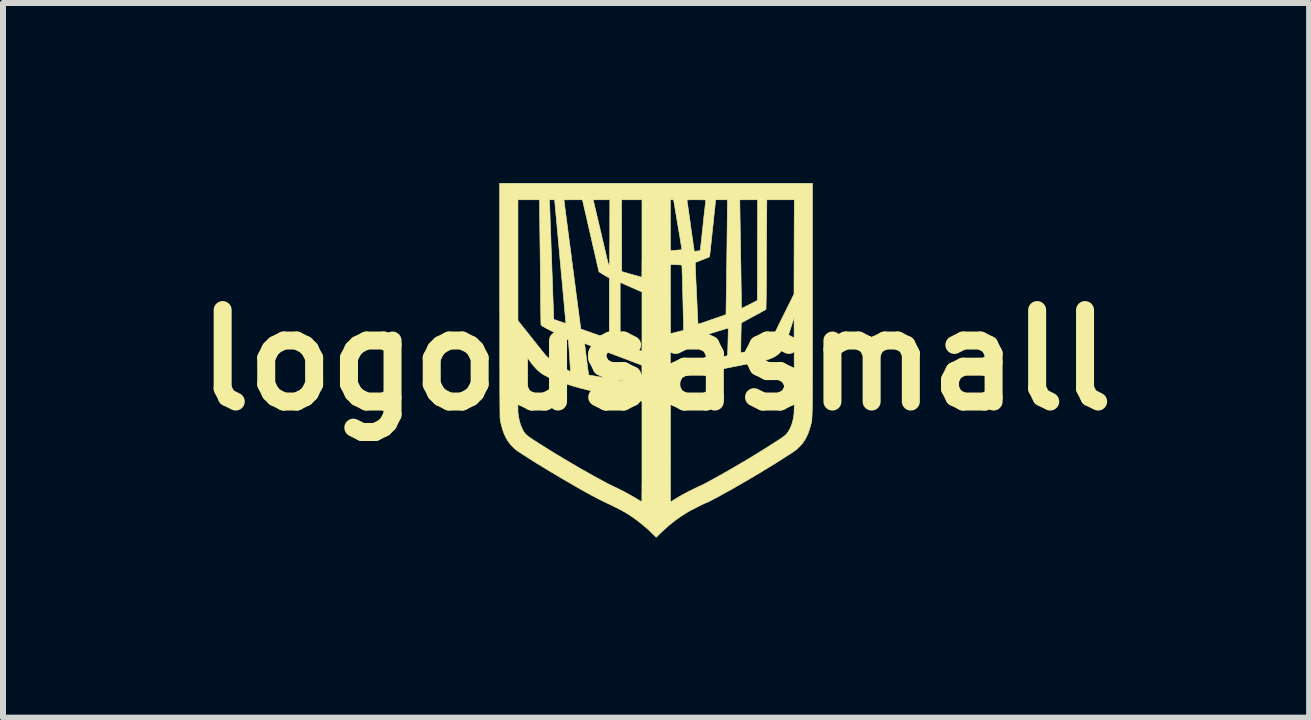
<source format=kicad_pcb>
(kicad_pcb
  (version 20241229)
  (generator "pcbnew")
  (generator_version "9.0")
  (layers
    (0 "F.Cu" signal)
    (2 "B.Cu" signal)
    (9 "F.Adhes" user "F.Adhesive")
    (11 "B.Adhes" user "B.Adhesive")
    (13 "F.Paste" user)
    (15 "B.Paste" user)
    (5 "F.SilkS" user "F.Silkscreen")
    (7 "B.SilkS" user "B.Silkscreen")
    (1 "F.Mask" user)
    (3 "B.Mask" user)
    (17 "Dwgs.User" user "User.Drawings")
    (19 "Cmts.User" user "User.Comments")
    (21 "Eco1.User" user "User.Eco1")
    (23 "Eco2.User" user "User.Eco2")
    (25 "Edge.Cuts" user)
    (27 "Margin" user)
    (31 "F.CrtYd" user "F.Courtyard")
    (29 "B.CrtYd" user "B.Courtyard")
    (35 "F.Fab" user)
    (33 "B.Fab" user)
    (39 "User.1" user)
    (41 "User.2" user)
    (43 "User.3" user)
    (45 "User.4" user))
  (footprint "logousasmall"
    (layer "F.Cu")
    (at 7.881 2.951)
    (property "Reference" "logousasmall" (at 0 0 0) (layer "F.SilkS") (effects (font (size 1.524 1.524) (thickness 0.3))))
    (attr through_hole)
    (fp_poly (pts (xy 2.606 -1.016) (xy 2.606 -0.847) (xy 2.606 -0.688) (xy 2.606 -0.539) (xy 2.606 -0.399) (xy 2.606 -0.268) (xy 2.606 -0.145) (xy 2.606 -0.031) (xy 2.606 0.076) (xy 2.606 0.175) (xy 2.606 0.266) (xy 2.606 0.35) (xy 2.605 0.428) (xy 2.605 0.499) (xy 2.605 0.564) (xy 2.605 0.623) (xy 2.604 0.677) (xy 2.604 0.726) (xy 2.603 0.77) (xy 2.603 0.809) (xy 2.602 0.844) (xy 2.601 0.875) (xy 2.6 0.902) (xy 2.599 0.926) (xy 2.598 0.947) (xy 2.597 0.966) (xy 2.596 0.982) (xy 2.595 0.996) (xy 2.593 1.008) (xy 2.592 1.019) (xy 2.59 1.029) (xy 2.588 1.038) (xy 2.586 1.046) (xy 2.584 1.054) (xy 2.582 1.063) (xy 2.58 1.071) (xy 2.577 1.081) (xy 2.576 1.087) (xy 2.553 1.165) (xy 2.527 1.235) (xy 2.497 1.298) (xy 2.464 1.352) (xy 2.441 1.384) (xy 2.413 1.416) (xy 2.383 1.448) (xy 2.353 1.477) (xy 2.325 1.5) (xy 2.315 1.507) (xy 2.298 1.518) (xy 2.285 1.528) (xy 2.277 1.533) (xy 2.276 1.534) (xy 2.271 1.538) (xy 2.259 1.546) (xy 2.24 1.558) (xy 2.217 1.573) (xy 2.189 1.591) (xy 2.159 1.61) (xy 2.127 1.63) (xy 2.097 1.65) (xy 2.069 1.668) (xy 2.046 1.682) (xy 2.028 1.694) (xy 2.019 1.699) (xy 2.007 1.707) (xy 1.988 1.719) (xy 1.964 1.734) (xy 1.936 1.751) (xy 1.907 1.769) (xy 1.9 1.773) (xy 1.871 1.791) (xy 1.844 1.807) (xy 1.82 1.821) (xy 1.802 1.833) (xy 1.79 1.84) (xy 1.788 1.841) (xy 1.771 1.852) (xy 1.747 1.866) (xy 1.718 1.884) (xy 1.684 1.905) (xy 1.646 1.927) (xy 1.607 1.95) (xy 1.567 1.973) (xy 1.528 1.997) (xy 1.49 2.019) (xy 1.455 2.039) (xy 1.425 2.056) (xy 1.401 2.07) (xy 1.383 2.08) (xy 1.377 2.083) (xy 1.36 2.092) (xy 1.347 2.1) (xy 1.339 2.104) (xy 1.339 2.105) (xy 1.329 2.111) (xy 1.312 2.122) (xy 1.29 2.134) (xy 1.266 2.148) (xy 1.241 2.161) (xy 1.229 2.168) (xy 1.207 2.18) (xy 1.179 2.195) (xy 1.15 2.211) (xy 1.13 2.222) (xy 1.091 2.244) (xy 1.052 2.266) (xy 1.012 2.287) (xy 0.974 2.307) (xy 0.938 2.326) (xy 0.905 2.343) (xy 0.877 2.357) (xy 0.855 2.368) (xy 0.839 2.375) (xy 0.83 2.377) (xy 0.83 2.377) (xy 0.824 2.38) (xy 0.811 2.386) (xy 0.791 2.395) (xy 0.766 2.407) (xy 0.738 2.421) (xy 0.707 2.437) (xy 0.675 2.453) (xy 0.644 2.469) (xy 0.615 2.484) (xy 0.588 2.497) (xy 0.566 2.509) (xy 0.55 2.518) (xy 0.549 2.518) (xy 0.44 2.585) (xy 0.332 2.66) (xy 0.226 2.744) (xy 0.123 2.835) (xy 0.069 2.886) (xy 0.048 2.907) (xy 0.03 2.925) (xy 0.016 2.939) (xy 0.006 2.948) (xy 0.003 2.951) (xy -0.001 2.948) (xy -0.01 2.938) (xy -0.025 2.924) (xy -0.044 2.906) (xy -0.065 2.885) (xy -0.069 2.881) (xy -0.078 2.873) (xy 0.056 2.873) (xy 0.058 2.875) (xy 0.061 2.873) (xy 0.058 2.87) (xy 0.056 2.873) (xy -0.078 2.873) (xy -0.118 2.834) (xy -0.165 2.791) (xy -0.214 2.75) (xy -0.265 2.709) (xy -0.32 2.666) (xy -0.382 2.621) (xy -0.399 2.61) (xy -0.438 2.583) (xy -0.479 2.557) (xy -0.524 2.53) (xy -0.556 2.512) (xy 0.538 2.512) (xy 0.541 2.515) (xy 0.544 2.512) (xy 0.541 2.51) (xy 0.538 2.512) (xy -0.556 2.512) (xy -0.573 2.502) (xy -0.628 2.474) (xy -0.69 2.443) (xy -0.759 2.409) (xy -0.817 2.382) (xy -0.865 2.359) (xy -0.914 2.335) (xy -0.965 2.309) (xy -1.018 2.281) (xy -1.076 2.251) (xy -1.137 2.217) (xy -1.205 2.18) (xy -1.278 2.138) (xy -1.357 2.093) (xy -1.445 2.042) (xy -1.473 2.026) (xy -1.515 2.001) (xy -1.562 1.974) (xy -1.612 1.944) (xy -1.664 1.913) (xy -1.718 1.881) (xy -1.772 1.849) (xy -1.825 1.817) (xy -1.876 1.786) (xy -1.923 1.757) (xy -1.967 1.731) (xy -2.005 1.707) (xy -2.036 1.688) (xy -2.06 1.673) (xy -2.061 1.672) (xy -2.079 1.66) (xy -2.103 1.645) (xy -2.13 1.628) (xy -2.156 1.611) (xy -2.161 1.608) (xy -2.205 1.58) (xy -2.241 1.557) (xy -2.27 1.538) (xy -2.294 1.522) (xy -2.313 1.508) (xy -2.33 1.496) (xy -2.344 1.485) (xy -2.357 1.473) (xy -2.37 1.461) (xy -2.383 1.448) (xy -2.401 1.429) (xy -2.417 1.412) (xy -2.429 1.4) (xy -2.436 1.392) (xy -2.436 1.391) (xy -2.472 1.341) (xy -2.502 1.288) (xy -2.529 1.232) (xy -2.552 1.17) (xy -2.572 1.101) (xy -2.591 1.024) (xy -2.594 1.006) (xy -2.595 1.002) (xy -2.596 0.997) (xy -2.596 0.991) (xy -2.597 0.983) (xy -2.598 0.973) (xy -2.598 0.962) (xy -2.599 0.948) (xy -2.599 0.932) (xy -2.6 0.912) (xy -2.6 0.889) (xy -2.6 0.863) (xy -2.601 0.833) (xy -2.601 0.798) (xy -2.601 0.759) (xy -2.602 0.715) (xy -2.602 0.667) (xy -2.602 0.612) (xy -2.603 0.552) (xy -2.603 0.486) (xy -2.603 0.473) (xy -2.303 0.473) (xy -2.302 0.542) (xy -2.302 0.605) (xy -2.302 0.664) (xy -2.302 0.718) (xy -2.302 0.765) (xy -2.301 0.804) (xy -2.301 0.836) (xy -2.301 0.86) (xy -2.3 0.874) (xy -2.3 0.876) (xy -2.292 0.936) (xy -2.28 0.997) (xy -2.264 1.055) (xy -2.245 1.11) (xy -2.222 1.159) (xy -2.206 1.188) (xy -2.192 1.209) (xy -2.177 1.228) (xy -2.158 1.246) (xy -2.136 1.265) (xy -2.108 1.285) (xy -2.074 1.309) (xy -2.06 1.318) (xy -2.039 1.332) (xy -2.012 1.349) (xy -1.981 1.369) (xy -1.945 1.392) (xy -1.908 1.416) (xy -1.868 1.44) (xy -1.829 1.465) (xy -1.79 1.489) (xy -1.754 1.512) (xy -1.721 1.532) (xy -1.693 1.55) (xy -1.67 1.564) (xy -1.653 1.574) (xy -1.648 1.577) (xy -1.633 1.586) (xy -1.618 1.594) (xy -1.583 1.616) (xy -1.544 1.639) (xy -1.502 1.664) (xy -1.458 1.69) (xy -1.415 1.716) (xy -1.373 1.74) (xy -1.334 1.763) (xy -1.299 1.784) (xy -1.271 1.8) (xy -1.25 1.812) (xy -1.239 1.818) (xy -1.222 1.828) (xy -1.2 1.84) (xy -1.174 1.855) (xy -1.156 1.865) (xy -1.112 1.89) (xy -1.066 1.916) (xy -1.019 1.942) (xy -0.973 1.967) (xy -0.927 1.992) (xy -0.884 2.015) (xy -0.845 2.036) (xy -0.81 2.055) (xy -0.782 2.069) (xy -0.76 2.08) (xy -0.754 2.083) (xy -0.652 2.132) (xy -0.559 2.178) (xy -0.473 2.224) (xy -0.393 2.269) (xy -0.356 2.29) (xy -0.33 2.306) (xy -0.307 2.32) (xy -0.287 2.332) (xy -0.273 2.34) (xy -0.267 2.344) (xy -0.255 2.351) (xy -0.247 2.357) (xy -0.247 2.358) (xy -0.239 2.362) (xy -0.238 2.362) (xy -0.237 2.357) (xy -0.237 2.343) (xy -0.236 2.319) (xy -0.236 2.287) (xy -0.236 2.246) (xy -0.235 2.198) (xy -0.235 2.144) (xy -0.235 2.082) (xy -0.234 2.015) (xy -0.234 1.942) (xy -0.234 1.865) (xy -0.234 1.783) (xy -0.234 1.698) (xy -0.234 1.609) (xy -0.234 1.56) (xy 0.239 1.56) (xy 0.239 1.646) (xy 0.239 1.729) (xy 0.239 1.81) (xy 0.239 1.888) (xy 0.239 1.962) (xy 0.239 2.032) (xy 0.239 2.096) (xy 0.239 2.155) (xy 0.24 2.208) (xy 0.24 2.254) (xy 0.24 2.292) (xy 0.24 2.323) (xy 0.241 2.345) (xy 0.241 2.359) (xy 0.241 2.362) (xy 0.246 2.36) (xy 0.258 2.353) (xy 0.274 2.343) (xy 0.281 2.339) (xy 0.366 2.286) (xy 0.46 2.233) (xy 0.56 2.18) (xy 0.666 2.128) (xy 0.737 2.095) (xy 0.764 2.083) (xy 0.795 2.067) (xy 0.825 2.052) (xy 0.836 2.046) (xy 0.863 2.031) (xy 0.892 2.016) (xy 0.918 2.001) (xy 0.93 1.995) (xy 0.954 1.982) (xy 0.98 1.968) (xy 1.003 1.955) (xy 1.008 1.952) (xy 1.029 1.94) (xy 1.055 1.926) (xy 1.08 1.912) (xy 1.09 1.907) (xy 1.113 1.894) (xy 1.136 1.88) (xy 1.155 1.869) (xy 1.162 1.865) (xy 1.177 1.857) (xy 1.187 1.851) (xy 1.191 1.849) (xy 1.195 1.847) (xy 1.207 1.84) (xy 1.225 1.829) (xy 1.248 1.816) (xy 1.274 1.801) (xy 1.276 1.8) (xy 1.307 1.782) (xy 1.341 1.762) (xy 1.373 1.743) (xy 1.402 1.726) (xy 1.417 1.717) (xy 1.466 1.689) (xy 1.518 1.658) (xy 1.573 1.625) (xy 1.629 1.59) (xy 1.687 1.555) (xy 1.744 1.519) (xy 1.801 1.484) (xy 1.857 1.449) (xy 1.91 1.415) (xy 1.96 1.383) (xy 2.006 1.354) (xy 2.048 1.327) (xy 2.084 1.303) (xy 2.113 1.283) (xy 2.135 1.267) (xy 2.146 1.258) (xy 2.177 1.228) (xy 2.205 1.189) (xy 2.231 1.143) (xy 2.254 1.091) (xy 2.273 1.035) (xy 2.287 0.975) (xy 2.296 0.917) (xy 2.297 0.908) (xy 2.298 0.899) (xy 2.299 0.89) (xy 2.3 0.88) (xy 2.3 0.868) (xy 2.301 0.855) (xy 2.301 0.84) (xy 2.302 0.821) (xy 2.302 0.8) (xy 2.303 0.774) (xy 2.303 0.744) (xy 2.303 0.71) (xy 2.303 0.67) (xy 2.303 0.624) (xy 2.303 0.572) (xy 2.303 0.512) (xy 2.303 0.446) (xy 2.303 0.372) (xy 2.303 0.289) (xy 2.302 0.198) (xy 2.302 0.097) (xy 2.302 0.03) (xy 2.3 -0.709) (xy 2.288 -0.673) (xy 2.284 -0.66) (xy 2.277 -0.638) (xy 2.268 -0.61) (xy 2.257 -0.576) (xy 2.245 -0.538) (xy 2.232 -0.498) (xy 2.223 -0.468) (xy 2.205 -0.412) (xy 2.189 -0.364) (xy 2.174 -0.323) (xy 2.161 -0.288) (xy 2.148 -0.258) (xy 2.134 -0.231) (xy 2.121 -0.205) (xy 2.106 -0.18) (xy 2.098 -0.169) (xy 2.069 -0.131) (xy 2.035 -0.097) (xy 1.993 -0.068) (xy 1.945 -0.042) (xy 1.889 -0.019) (xy 1.824 0.001) (xy 1.75 0.018) (xy 1.738 0.021) (xy 1.717 0.025) (xy 1.687 0.031) (xy 1.65 0.038) (xy 1.607 0.047) (xy 1.56 0.056) (xy 1.51 0.066) (xy 1.457 0.076) (xy 1.405 0.087) (xy 1.405 0.087) (xy 1.356 0.096) (xy 1.312 0.105) (xy 1.27 0.113) (xy 1.23 0.121) (xy 1.19 0.129) (xy 1.15 0.137) (xy 1.108 0.144) (xy 1.064 0.153) (xy 1.017 0.161) (xy 0.966 0.171) (xy 0.909 0.181) (xy 0.846 0.192) (xy 0.776 0.205) (xy 0.697 0.219) (xy 0.632 0.231) (xy 0.583 0.24) (xy 0.533 0.249) (xy 0.485 0.258) (xy 0.44 0.266) (xy 0.399 0.273) (xy 0.364 0.279) (xy 0.338 0.284) (xy 0.333 0.285) (xy 0.304 0.29) (xy 0.279 0.295) (xy 0.26 0.299) (xy 0.247 0.302) (xy 0.243 0.303) (xy 0.242 0.308) (xy 0.242 0.323) (xy 0.242 0.347) (xy 0.241 0.379) (xy 0.241 0.419) (xy 0.241 0.466) (xy 0.24 0.52) (xy 0.24 0.58) (xy 0.24 0.645) (xy 0.24 0.715) (xy 0.24 0.79) (xy 0.239 0.868) (xy 0.239 0.95) (xy 0.239 1.034) (xy 0.239 1.12) (xy 0.239 1.208) (xy 0.239 1.296) (xy 0.239 1.384) (xy 0.239 1.473) (xy 0.239 1.56) (xy -0.234 1.56) (xy -0.234 1.524) (xy -0.234 0.686) (xy -0.245 0.683) (xy -0.253 0.682) (xy -0.27 0.679) (xy -0.293 0.674) (xy -0.322 0.669) (xy -0.355 0.663) (xy -0.384 0.658) (xy -0.509 0.634) (xy -0.634 0.61) (xy -0.758 0.584) (xy -0.878 0.558) (xy -0.993 0.532) (xy -1.101 0.506) (xy -1.166 0.49) (xy -1.275 0.462) (xy -1.377 0.433) (xy -1.473 0.403) (xy -1.562 0.374) (xy -1.644 0.345) (xy -1.717 0.317) (xy -1.783 0.289) (xy -1.839 0.261) (xy -1.886 0.235) (xy -1.901 0.225) (xy -1.948 0.189) (xy -1.996 0.144) (xy -2.045 0.09) (xy -2.093 0.028) (xy -2.141 -0.041) (xy -2.189 -0.117) (xy -2.234 -0.199) (xy -2.266 -0.261) (xy -2.301 -0.331) (xy -2.302 0.25) (xy -2.302 0.327) (xy -2.303 0.401) (xy -2.303 0.473) (xy -2.603 0.473) (xy -2.603 0.414) (xy -2.603 0.335) (xy -2.603 0.249) (xy -2.603 0.156) (xy -2.604 0.055) (xy -2.604 -0.054) (xy -2.604 -0.17) (xy -2.604 -0.295) (xy -2.604 -0.429) (xy -2.604 -0.572) (xy -2.604 -0.725) (xy -2.605 -0.887) (xy -2.605 -0.992) (xy -2.606 -2.672) (xy -2.301 -2.672) (xy -2.301 -0.658) (xy -2.289 -0.643) (xy -2.275 -0.626) (xy -2.258 -0.605) (xy -2.239 -0.581) (xy -2.219 -0.556) (xy -2.2 -0.532) (xy -2.183 -0.511) (xy -2.17 -0.495) (xy -2.164 -0.488) (xy -2.157 -0.478) (xy -2.144 -0.462) (xy -2.127 -0.44) (xy -2.106 -0.414) (xy -2.081 -0.383) (xy -2.055 -0.35) (xy -2.027 -0.315) (xy -2.024 -0.312) (xy -1.995 -0.275) (xy -1.967 -0.239) (xy -1.939 -0.205) (xy -1.915 -0.174) (xy -1.893 -0.147) (xy -1.876 -0.126) (xy -1.865 -0.111) (xy -1.841 -0.083) (xy -1.814 -0.055) (xy -1.782 -0.028) (xy -1.744 0.001) (xy -1.7 0.032) (xy -1.651 0.064) (xy -1.629 0.077) (xy -1.603 0.093) (xy -1.575 0.109) (xy -1.545 0.126) (xy -1.516 0.142) (xy -1.489 0.157) (xy -1.466 0.17) (xy -1.446 0.18) (xy -1.434 0.186) (xy -1.429 0.187) (xy -1.425 0.184) (xy -1.425 0.174) (xy -1.426 0.163) (xy -1.428 0.145) (xy -1.429 0.122) (xy -1.43 0.112) (xy -1.433 0.062) (xy -1.436 0.011) (xy -1.439 -0.04) (xy -1.442 -0.09) (xy -1.446 -0.138) (xy -1.449 -0.183) (xy -1.452 -0.225) (xy -1.455 -0.261) (xy -1.455 -0.266) (xy -1.189 -0.266) (xy -1.188 -0.258) (xy -1.186 -0.242) (xy -1.183 -0.218) (xy -1.18 -0.187) (xy -1.175 -0.152) (xy -1.17 -0.114) (xy -1.168 -0.095) (xy -1.162 -0.051) (xy -1.156 -0.004) (xy -1.15 0.041) (xy -1.145 0.084) (xy -1.14 0.121) (xy -1.136 0.151) (xy -1.136 0.154) (xy -1.132 0.183) (xy -1.128 0.208) (xy -1.125 0.229) (xy -1.123 0.242) (xy -1.122 0.246) (xy -1.116 0.248) (xy -1.103 0.251) (xy -1.083 0.255) (xy -1.06 0.259) (xy -1.059 0.259) (xy -1.036 0.262) (xy -1.005 0.268) (xy -0.965 0.275) (xy -0.918 0.282) (xy -0.865 0.291) (xy -0.807 0.301) (xy -0.746 0.312) (xy -0.68 0.323) (xy -0.613 0.335) (xy -0.545 0.346) (xy -0.476 0.358) (xy -0.43 0.366) (xy -0.388 0.373) (xy -0.35 0.38) (xy -0.316 0.386) (xy -0.288 0.391) (xy -0.266 0.395) (xy -0.252 0.397) (xy -0.246 0.398) (xy -0.238 0.397) (xy -0.237 0.397) (xy -0.236 0.391) (xy -0.236 0.376) (xy -0.235 0.354) (xy -0.235 0.325) (xy -0.235 0.292) (xy -0.235 0.254) (xy -0.235 0.239) (xy -0.236 0.084) (xy -0.333 0.047) (xy -0.364 0.035) (xy -0.402 0.021) (xy -0.445 0.004) (xy -0.49 -0.013) (xy -0.535 -0.03) (xy -0.577 -0.045) (xy -0.62 -0.062) (xy -0.668 -0.08) (xy -0.718 -0.099) (xy -0.769 -0.118) (xy -0.822 -0.138) (xy -0.874 -0.158) (xy -0.925 -0.177) (xy -0.973 -0.196) (xy -1.018 -0.213) (xy -1.059 -0.229) (xy -1.095 -0.242) (xy -1.125 -0.254) (xy -1.147 -0.262) (xy -1.161 -0.268) (xy -1.165 -0.269) (xy -1.189 -0.279) (xy -1.189 -0.266) (xy -1.455 -0.266) (xy -1.457 -0.291) (xy -1.459 -0.314) (xy -1.461 -0.33) (xy -1.462 -0.336) (xy -1.462 -0.336) (xy -1.468 -0.339) (xy -1.48 -0.347) (xy -1.498 -0.356) (xy -1.516 -0.366) (xy -1.541 -0.379) (xy -1.571 -0.395) (xy -1.602 -0.411) (xy -1.631 -0.427) (xy -1.633 -0.428) (xy -1.664 -0.445) (xy -1.699 -0.463) (xy -1.734 -0.481) (xy -1.763 -0.497) (xy -1.804 -0.518) (xy -1.838 -0.536) (xy -1.864 -0.551) (xy -1.883 -0.562) (xy -1.898 -0.571) (xy -1.907 -0.579) (xy -1.913 -0.586) (xy -1.916 -0.592) (xy -1.917 -0.596) (xy -1.918 -0.604) (xy -1.918 -0.621) (xy -1.919 -0.646) (xy -1.919 -0.679) (xy -1.92 -0.719) (xy -1.921 -0.764) (xy -1.921 -0.815) (xy -1.922 -0.87) (xy -1.922 -0.928) (xy -1.923 -0.97) (xy -1.923 -1.026) (xy -1.924 -1.091) (xy -1.925 -1.163) (xy -1.925 -1.242) (xy -1.926 -1.325) (xy -1.927 -1.413) (xy -1.928 -1.503) (xy -1.929 -1.594) (xy -1.93 -1.686) (xy -1.931 -1.776) (xy -1.932 -1.864) (xy -1.933 -1.915) (xy -1.934 -1.993) (xy -1.935 -2.07) (xy -1.936 -2.145) (xy -1.937 -2.216) (xy -1.937 -2.283) (xy -1.938 -2.346) (xy -1.939 -2.403) (xy -1.939 -2.455) (xy -1.94 -2.499) (xy -1.94 -2.536) (xy -1.94 -2.564) (xy -1.94 -2.583) (xy -1.94 -2.587) (xy -1.941 -2.672) (xy -1.778 -2.672) (xy -1.776 -2.64) (xy -1.775 -2.624) (xy -1.773 -2.601) (xy -1.772 -2.572) (xy -1.771 -2.541) (xy -1.77 -2.522) (xy -1.77 -2.507) (xy -1.769 -2.482) (xy -1.768 -2.448) (xy -1.766 -2.406) (xy -1.765 -2.357) (xy -1.763 -2.3) (xy -1.76 -2.238) (xy -1.758 -2.169) (xy -1.755 -2.096) (xy -1.752 -2.018) (xy -1.75 -1.936) (xy -1.747 -1.852) (xy -1.743 -1.765) (xy -1.74 -1.676) (xy -1.737 -1.586) (xy -1.734 -1.496) (xy -1.73 -1.406) (xy -1.727 -1.316) (xy -1.724 -1.228) (xy -1.721 -1.143) (xy -1.718 -1.059) (xy -1.715 -0.98) (xy -1.715 -0.97) (xy -1.713 -0.923) (xy -1.711 -0.878) (xy -1.71 -0.835) (xy -1.708 -0.797) (xy -1.707 -0.765) (xy -1.706 -0.74) (xy -1.706 -0.723) (xy -1.706 -0.719) (xy -1.704 -0.679) (xy -1.61 -0.647) (xy -1.581 -0.637) (xy -1.554 -0.629) (xy -1.532 -0.622) (xy -1.517 -0.617) (xy -1.509 -0.615) (xy -1.508 -0.615) (xy -1.504 -0.616) (xy -1.502 -0.621) (xy -1.503 -0.633) (xy -1.504 -0.649) (xy -1.506 -0.66) (xy -1.508 -0.681) (xy -1.51 -0.71) (xy -1.514 -0.745) (xy -1.518 -0.786) (xy -1.522 -0.833) (xy -1.527 -0.883) (xy -1.531 -0.935) (xy -1.534 -0.965) (xy -1.54 -1.029) (xy -1.546 -1.098) (xy -1.553 -1.172) (xy -1.56 -1.252) (xy -1.568 -1.339) (xy -1.577 -1.433) (xy -1.586 -1.533) (xy -1.596 -1.642) (xy -1.607 -1.758) (xy -1.618 -1.883) (xy -1.63 -2.017) (xy -1.643 -2.16) (xy -1.657 -2.312) (xy -1.658 -2.324) (xy -1.663 -2.379) (xy -1.668 -2.432) (xy -1.673 -2.481) (xy -1.677 -2.526) (xy -1.68 -2.566) (xy -1.683 -2.599) (xy -1.686 -2.625) (xy -1.687 -2.642) (xy -1.688 -2.65) (xy -1.689 -2.669) (xy -1.534 -2.669) (xy -1.534 -2.664) (xy -1.532 -2.649) (xy -1.529 -2.627) (xy -1.525 -2.598) (xy -1.521 -2.564) (xy -1.516 -2.526) (xy -1.511 -2.49) (xy -1.506 -2.449) (xy -1.499 -2.399) (xy -1.492 -2.343) (xy -1.484 -2.283) (xy -1.476 -2.22) (xy -1.468 -2.157) (xy -1.46 -2.095) (xy -1.453 -2.042) (xy -1.445 -1.982) (xy -1.437 -1.918) (xy -1.428 -1.853) (xy -1.419 -1.787) (xy -1.411 -1.724) (xy -1.404 -1.665) (xy -1.397 -1.612) (xy -1.392 -1.575) (xy -1.386 -1.527) (xy -1.378 -1.471) (xy -1.37 -1.41) (xy -1.362 -1.345) (xy -1.353 -1.28) (xy -1.345 -1.215) (xy -1.337 -1.154) (xy -1.334 -1.128) (xy -1.321 -1.033) (xy -1.31 -0.948) (xy -1.3 -0.872) (xy -1.291 -0.805) (xy -1.284 -0.746) (xy -1.277 -0.695) (xy -1.271 -0.652) (xy -1.266 -0.615) (xy -1.262 -0.585) (xy -1.259 -0.562) (xy -1.256 -0.544) (xy -1.255 -0.531) (xy -1.253 -0.523) (xy -1.252 -0.519) (xy -1.252 -0.519) (xy -1.247 -0.517) (xy -1.233 -0.512) (xy -1.21 -0.504) (xy -1.181 -0.493) (xy -1.144 -0.48) (xy -1.101 -0.465) (xy -1.053 -0.448) (xy -1 -0.43) (xy -0.944 -0.41) (xy -0.937 -0.408) (xy -0.907 -0.398) (xy -0.878 -0.388) (xy -0.852 -0.378) (xy -0.831 -0.371) (xy -0.823 -0.368) (xy -0.805 -0.362) (xy -0.791 -0.358) (xy -0.784 -0.356) (xy -0.783 -0.358) (xy -0.782 -0.364) (xy -0.781 -0.374) (xy -0.78 -0.39) (xy -0.779 -0.411) (xy -0.779 -0.438) (xy -0.778 -0.471) (xy -0.778 -0.512) (xy -0.778 -0.56) (xy -0.778 -0.617) (xy -0.777 -0.682) (xy -0.777 -0.755) (xy -0.777 -0.839) (xy -0.777 -0.863) (xy -0.777 -1.028) (xy -0.598 -1.028) (xy -0.598 -0.966) (xy -0.598 -0.9) (xy -0.598 -0.83) (xy -0.598 -0.779) (xy -0.597 -0.263) (xy -0.495 -0.231) (xy -0.458 -0.219) (xy -0.418 -0.206) (xy -0.379 -0.194) (xy -0.343 -0.182) (xy -0.318 -0.174) (xy -0.291 -0.165) (xy -0.268 -0.159) (xy -0.251 -0.154) (xy -0.24 -0.151) (xy -0.237 -0.151) (xy -0.237 -0.156) (xy -0.236 -0.171) (xy -0.236 -0.194) (xy -0.235 -0.226) (xy -0.235 -0.242) (xy 0.239 -0.242) (xy 0.239 0.097) (xy 0.253 0.094) (xy 0.263 0.093) (xy 0.28 0.089) (xy 0.304 0.085) (xy 0.33 0.08) (xy 0.338 0.079) (xy 0.395 0.069) (xy 0.458 0.058) (xy 0.525 0.046) (xy 0.595 0.033) (xy 0.665 0.021) (xy 0.734 0.008) (xy 0.802 -0.004) (xy 0.865 -0.015) (xy 0.922 -0.025) (xy 0.972 -0.034) (xy 0.998 -0.039) (xy 1.038 -0.046) (xy 1.075 -0.052) (xy 1.108 -0.058) (xy 1.135 -0.063) (xy 1.156 -0.067) (xy 1.169 -0.069) (xy 1.172 -0.07) (xy 1.186 -0.075) (xy 1.191 -0.083) (xy 1.192 -0.091) (xy 1.193 -0.108) (xy 1.194 -0.132) (xy 1.194 -0.138) (xy 1.412 -0.138) (xy 1.412 -0.127) (xy 1.412 -0.126) (xy 1.416 -0.124) (xy 1.424 -0.124) (xy 1.432 -0.126) (xy 1.448 -0.13) (xy 1.472 -0.135) (xy 1.5 -0.141) (xy 1.533 -0.147) (xy 1.557 -0.152) (xy 1.617 -0.165) (xy 1.667 -0.175) (xy 1.709 -0.184) (xy 1.744 -0.192) (xy 1.773 -0.198) (xy 1.795 -0.204) (xy 1.813 -0.21) (xy 1.827 -0.215) (xy 1.838 -0.22) (xy 1.847 -0.226) (xy 1.855 -0.232) (xy 1.862 -0.239) (xy 1.868 -0.245) (xy 1.874 -0.253) (xy 1.883 -0.268) (xy 1.895 -0.289) (xy 1.908 -0.313) (xy 1.923 -0.339) (xy 1.936 -0.365) (xy 1.949 -0.39) (xy 1.959 -0.41) (xy 1.966 -0.425) (xy 1.968 -0.432) (xy 1.971 -0.439) (xy 1.978 -0.452) (xy 1.986 -0.468) (xy 1.994 -0.484) (xy 2.002 -0.498) (xy 2.007 -0.506) (xy 2.008 -0.507) (xy 2.011 -0.512) (xy 2.01 -0.513) (xy 2.011 -0.517) (xy 2.016 -0.529) (xy 2.025 -0.548) (xy 2.036 -0.572) (xy 2.05 -0.599) (xy 2.057 -0.613) (xy 2.071 -0.641) (xy 2.088 -0.676) (xy 2.108 -0.716) (xy 2.131 -0.761) (xy 2.154 -0.808) (xy 2.177 -0.855) (xy 2.2 -0.902) (xy 2.203 -0.907) (xy 2.299 -1.1) (xy 2.301 -1.886) (xy 2.304 -2.672) (xy 2.075 -2.672) (xy 1.846 -2.672) (xy 1.842 -2.211) (xy 1.842 -2.135) (xy 1.841 -2.057) (xy 1.841 -1.976) (xy 1.84 -1.896) (xy 1.84 -1.817) (xy 1.84 -1.74) (xy 1.839 -1.668) (xy 1.839 -1.601) (xy 1.839 -1.541) (xy 1.839 -1.489) (xy 1.839 -1.475) (xy 1.839 -1.416) (xy 1.839 -1.353) (xy 1.838 -1.29) (xy 1.838 -1.227) (xy 1.837 -1.166) (xy 1.837 -1.111) (xy 1.836 -1.062) (xy 1.836 -1.024) (xy 1.832 -0.847) (xy 1.814 -0.836) (xy 1.801 -0.828) (xy 1.782 -0.818) (xy 1.762 -0.806) (xy 1.755 -0.803) (xy 1.734 -0.791) (xy 1.714 -0.78) (xy 1.698 -0.771) (xy 1.694 -0.77) (xy 1.68 -0.762) (xy 1.663 -0.752) (xy 1.641 -0.74) (xy 1.613 -0.725) (xy 1.579 -0.707) (xy 1.538 -0.684) (xy 1.511 -0.67) (xy 1.42 -0.62) (xy 1.417 -0.484) (xy 1.416 -0.452) (xy 1.415 -0.416) (xy 1.415 -0.377) (xy 1.414 -0.336) (xy 1.413 -0.295) (xy 1.413 -0.255) (xy 1.412 -0.218) (xy 1.412 -0.186) (xy 1.412 -0.159) (xy 1.412 -0.138) (xy 1.194 -0.138) (xy 1.195 -0.162) (xy 1.196 -0.196) (xy 1.197 -0.234) (xy 1.198 -0.275) (xy 1.199 -0.316) (xy 1.2 -0.357) (xy 1.201 -0.397) (xy 1.202 -0.434) (xy 1.203 -0.466) (xy 1.203 -0.494) (xy 1.203 -0.514) (xy 1.203 -0.527) (xy 1.203 -0.531) (xy 1.197 -0.532) (xy 1.184 -0.529) (xy 1.175 -0.527) (xy 1.153 -0.52) (xy 1.123 -0.511) (xy 1.087 -0.5) (xy 1.047 -0.488) (xy 1.004 -0.474) (xy 0.96 -0.461) (xy 0.917 -0.448) (xy 0.876 -0.436) (xy 0.841 -0.425) (xy 0.831 -0.422) (xy 0.793 -0.41) (xy 0.754 -0.398) (xy 0.714 -0.386) (xy 0.678 -0.375) (xy 0.653 -0.368) (xy 0.627 -0.36) (xy 0.593 -0.349) (xy 0.555 -0.337) (xy 0.513 -0.325) (xy 0.471 -0.312) (xy 0.437 -0.301) (xy 0.399 -0.289) (xy 0.364 -0.278) (xy 0.331 -0.269) (xy 0.303 -0.26) (xy 0.282 -0.254) (xy 0.269 -0.25) (xy 0.268 -0.25) (xy 0.239 -0.242) (xy -0.235 -0.242) (xy -0.235 -0.265) (xy -0.235 -0.311) (xy -0.234 -0.362) (xy -0.234 -0.419) (xy -0.234 -0.481) (xy -0.234 -0.546) (xy -0.234 -0.615) (xy -0.234 -0.644) (xy -0.234 -1.022) (xy 0.239 -1.022) (xy 0.239 -0.947) (xy 0.239 -0.874) (xy 0.239 -0.805) (xy 0.239 -0.74) (xy 0.239 -0.68) (xy 0.24 -0.625) (xy 0.24 -0.576) (xy 0.24 -0.534) (xy 0.24 -0.5) (xy 0.241 -0.473) (xy 0.241 -0.455) (xy 0.241 -0.447) (xy 0.242 -0.446) (xy 0.248 -0.445) (xy 0.26 -0.447) (xy 0.271 -0.449) (xy 0.285 -0.453) (xy 0.307 -0.458) (xy 0.333 -0.465) (xy 0.362 -0.472) (xy 0.376 -0.475) (xy 0.403 -0.482) (xy 0.426 -0.488) (xy 0.445 -0.493) (xy 0.456 -0.496) (xy 0.458 -0.497) (xy 0.459 -0.503) (xy 0.459 -0.517) (xy 0.459 -0.54) (xy 0.459 -0.568) (xy 0.458 -0.602) (xy 0.458 -0.639) (xy 0.457 -0.655) (xy 0.456 -0.69) (xy 0.455 -0.733) (xy 0.453 -0.784) (xy 0.452 -0.839) (xy 0.45 -0.899) (xy 0.449 -0.961) (xy 0.447 -1.024) (xy 0.446 -1.086) (xy 0.445 -1.12) (xy 0.443 -1.178) (xy 0.442 -1.235) (xy 0.44 -1.29) (xy 0.439 -1.342) (xy 0.438 -1.389) (xy 0.436 -1.43) (xy 0.435 -1.465) (xy 0.434 -1.492) (xy 0.434 -1.507) (xy 0.431 -1.584) (xy 0.405 -1.587) (xy 0.39 -1.588) (xy 0.367 -1.59) (xy 0.34 -1.591) (xy 0.312 -1.593) (xy 0.309 -1.593) (xy 0.239 -1.596) (xy 0.239 -1.022) (xy -0.234 -1.022) (xy -0.234 -1.136) (xy -0.296 -1.163) (xy -0.354 -1.189) (xy -0.404 -1.211) (xy -0.446 -1.229) (xy -0.48 -1.244) (xy -0.508 -1.257) (xy -0.531 -1.267) (xy -0.548 -1.274) (xy -0.561 -1.28) (xy -0.57 -1.284) (xy -0.573 -1.285) (xy -0.586 -1.291) (xy -0.595 -1.295) (xy -0.597 -1.295) (xy -0.597 -1.29) (xy -0.598 -1.276) (xy -0.598 -1.253) (xy -0.598 -1.221) (xy -0.598 -1.182) (xy -0.598 -1.137) (xy -0.598 -1.085) (xy -0.598 -1.028) (xy -0.777 -1.028) (xy -0.777 -1.37) (xy -0.806 -1.386) (xy -0.829 -1.398) (xy -0.853 -1.412) (xy -0.878 -1.427) (xy -0.901 -1.441) (xy -0.922 -1.454) (xy -0.938 -1.465) (xy -0.949 -1.472) (xy -0.952 -1.475) (xy -0.952 -1.481) (xy -0.955 -1.493) (xy -0.956 -1.495) (xy -0.958 -1.505) (xy -0.963 -1.523) (xy -0.968 -1.547) (xy -0.975 -1.576) (xy -0.982 -1.607) (xy -0.983 -1.61) (xy -0.991 -1.648) (xy -1.001 -1.691) (xy -1.012 -1.738) (xy -1.022 -1.783) (xy -1.031 -1.821) (xy -1.04 -1.859) (xy -1.048 -1.894) (xy -1.056 -1.928) (xy -1.064 -1.963) (xy -1.072 -2) (xy -1.081 -2.04) (xy -1.092 -2.085) (xy -1.103 -2.135) (xy -1.117 -2.193) (xy -1.13 -2.25) (xy -1.141 -2.298) (xy -1.152 -2.349) (xy -1.164 -2.402) (xy -1.176 -2.453) (xy -1.187 -2.5) (xy -1.196 -2.54) (xy -1.197 -2.544) (xy -1.226 -2.672) (xy -1.38 -2.672) (xy -1.419 -2.672) (xy -1.454 -2.672) (xy -1.484 -2.671) (xy -1.508 -2.671) (xy -1.525 -2.67) (xy -1.533 -2.67) (xy -1.534 -2.669) (xy -1.689 -2.669) (xy -1.689 -2.672) (xy -1.734 -2.672) (xy -1.778 -2.672) (xy -1.941 -2.672) (xy -2.301 -2.672) (xy -2.606 -2.672) (xy -2.606 -2.672) (xy -1.048 -2.672) (xy -1.044 -2.658) (xy -1.042 -2.649) (xy -1.038 -2.632) (xy -1.032 -2.609) (xy -1.025 -2.579) (xy -1.018 -2.546) (xy -1.01 -2.515) (xy -1 -2.471) (xy -0.989 -2.422) (xy -0.977 -2.372) (xy -0.965 -2.323) (xy -0.955 -2.28) (xy -0.952 -2.268) (xy -0.945 -2.239) (xy -0.937 -2.202) (xy -0.926 -2.157) (xy -0.914 -2.107) (xy -0.902 -2.054) (xy -0.889 -1.997) (xy -0.875 -1.94) (xy -0.862 -1.883) (xy -0.849 -1.828) (xy -0.837 -1.776) (xy -0.826 -1.729) (xy -0.817 -1.689) (xy -0.809 -1.657) (xy -0.807 -1.646) (xy -0.799 -1.618) (xy -0.792 -1.599) (xy -0.784 -1.588) (xy -0.776 -1.585) (xy -0.776 -1.59) (xy -0.775 -1.604) (xy -0.775 -1.628) (xy -0.774 -1.659) (xy -0.774 -1.698) (xy -0.773 -1.744) (xy -0.773 -1.796) (xy -0.772 -1.854) (xy -0.772 -1.917) (xy -0.771 -1.983) (xy -0.771 -2.054) (xy -0.771 -2.127) (xy -0.771 -2.129) (xy -0.77 -2.672) (xy -0.574 -2.672) (xy -0.573 -2.074) (xy -0.572 -1.477) (xy -0.533 -1.465) (xy -0.515 -1.46) (xy -0.49 -1.453) (xy -0.46 -1.444) (xy -0.429 -1.435) (xy -0.409 -1.43) (xy -0.377 -1.421) (xy -0.345 -1.412) (xy -0.316 -1.404) (xy -0.293 -1.397) (xy -0.282 -1.394) (xy -0.263 -1.389) (xy -0.248 -1.384) (xy -0.239 -1.382) (xy -0.237 -1.382) (xy -0.237 -1.387) (xy -0.237 -1.401) (xy -0.236 -1.425) (xy -0.236 -1.457) (xy -0.235 -1.496) (xy -0.235 -1.543) (xy -0.235 -1.596) (xy -0.235 -1.621) (xy 0.654 -1.621) (xy 0.654 -1.606) (xy 0.654 -1.583) (xy 0.655 -1.551) (xy 0.657 -1.513) (xy 0.659 -1.469) (xy 0.661 -1.42) (xy 0.663 -1.366) (xy 0.665 -1.309) (xy 0.668 -1.257) (xy 0.671 -1.193) (xy 0.674 -1.128) (xy 0.677 -1.064) (xy 0.68 -1.002) (xy 0.683 -0.944) (xy 0.685 -0.89) (xy 0.687 -0.842) (xy 0.689 -0.801) (xy 0.69 -0.769) (xy 0.691 -0.757) (xy 0.693 -0.712) (xy 0.695 -0.676) (xy 0.696 -0.648) (xy 0.698 -0.627) (xy 0.699 -0.613) (xy 0.701 -0.605) (xy 0.702 -0.6) (xy 0.703 -0.599) (xy 0.709 -0.601) (xy 0.722 -0.606) (xy 0.743 -0.612) (xy 0.769 -0.621) (xy 0.8 -0.632) (xy 0.829 -0.642) (xy 0.883 -0.661) (xy 0.927 -0.676) (xy 0.963 -0.688) (xy 0.99 -0.698) (xy 1.009 -0.704) (xy 1.021 -0.708) (xy 1.024 -0.709) (xy 1.03 -0.711) (xy 1.038 -0.714) (xy 1.052 -0.718) (xy 1.071 -0.725) (xy 1.098 -0.735) (xy 1.107 -0.738) (xy 1.166 -0.76) (xy 1.169 -0.978) (xy 1.17 -1.045) (xy 1.171 -1.12) (xy 1.173 -1.204) (xy 1.174 -1.294) (xy 1.175 -1.389) (xy 1.176 -1.488) (xy 1.178 -1.589) (xy 1.179 -1.692) (xy 1.18 -1.796) (xy 1.182 -1.898) (xy 1.183 -1.998) (xy 1.184 -2.094) (xy 1.185 -2.186) (xy 1.186 -2.272) (xy 1.187 -2.35) (xy 1.187 -2.356) (xy 1.19 -2.672) (xy 1.395 -2.672) (xy 1.399 -2.44) (xy 1.399 -2.403) (xy 1.4 -2.357) (xy 1.401 -2.303) (xy 1.402 -2.242) (xy 1.403 -2.175) (xy 1.404 -2.103) (xy 1.405 -2.026) (xy 1.407 -1.946) (xy 1.408 -1.863) (xy 1.409 -1.78) (xy 1.411 -1.696) (xy 1.412 -1.613) (xy 1.412 -1.603) (xy 1.414 -1.524) (xy 1.415 -1.447) (xy 1.416 -1.372) (xy 1.417 -1.301) (xy 1.418 -1.234) (xy 1.419 -1.171) (xy 1.42 -1.114) (xy 1.421 -1.064) (xy 1.421 -1.02) (xy 1.422 -0.984) (xy 1.422 -0.956) (xy 1.422 -0.937) (xy 1.422 -0.931) (xy 1.423 -0.901) (xy 1.424 -0.88) (xy 1.426 -0.867) (xy 1.428 -0.864) (xy 1.433 -0.866) (xy 1.447 -0.872) (xy 1.467 -0.882) (xy 1.493 -0.895) (xy 1.522 -0.91) (xy 1.555 -0.926) (xy 1.561 -0.929) (xy 1.689 -0.995) (xy 1.69 -1.834) (xy 1.692 -2.672) (xy 1.544 -2.672) (xy 1.395 -2.672) (xy 1.19 -2.672) (xy 1.092 -2.672) (xy 0.993 -2.672) (xy 0.992 -2.656) (xy 0.991 -2.648) (xy 0.989 -2.631) (xy 0.987 -2.605) (xy 0.983 -2.573) (xy 0.979 -2.533) (xy 0.974 -2.488) (xy 0.969 -2.439) (xy 0.963 -2.385) (xy 0.957 -2.328) (xy 0.955 -2.306) (xy 0.949 -2.245) (xy 0.942 -2.183) (xy 0.935 -2.122) (xy 0.929 -2.064) (xy 0.923 -2.009) (xy 0.918 -1.958) (xy 0.913 -1.914) (xy 0.909 -1.878) (xy 0.907 -1.85) (xy 0.906 -1.849) (xy 0.903 -1.815) (xy 0.899 -1.783) (xy 0.896 -1.757) (xy 0.893 -1.737) (xy 0.89 -1.724) (xy 0.889 -1.721) (xy 0.884 -1.718) (xy 0.87 -1.712) (xy 0.849 -1.703) (xy 0.823 -1.693) (xy 0.793 -1.681) (xy 0.772 -1.673) (xy 0.74 -1.661) (xy 0.711 -1.65) (xy 0.687 -1.64) (xy 0.668 -1.633) (xy 0.657 -1.628) (xy 0.654 -1.626) (xy 0.654 -1.621) (xy -0.235 -1.621) (xy -0.234 -1.655) (xy -0.234 -1.72) (xy -0.234 -1.789) (xy -0.234 -1.863) (xy -0.234 -1.939) (xy -0.234 -2.019) (xy -0.234 -2.027) (xy -0.234 -2.248) (xy 0.239 -2.248) (xy 0.239 -2.172) (xy 0.239 -2.106) (xy 0.239 -2.048) (xy 0.239 -1.999) (xy 0.239 -1.957) (xy 0.24 -1.923) (xy 0.24 -1.895) (xy 0.241 -1.872) (xy 0.241 -1.855) (xy 0.242 -1.842) (xy 0.243 -1.833) (xy 0.244 -1.828) (xy 0.245 -1.825) (xy 0.246 -1.824) (xy 0.247 -1.824) (xy 0.254 -1.824) (xy 0.27 -1.825) (xy 0.292 -1.827) (xy 0.319 -1.83) (xy 0.342 -1.832) (xy 0.371 -1.835) (xy 0.395 -1.837) (xy 0.415 -1.839) (xy 0.427 -1.841) (xy 0.431 -1.841) (xy 0.43 -1.846) (xy 0.428 -1.861) (xy 0.424 -1.884) (xy 0.419 -1.914) (xy 0.413 -1.952) (xy 0.406 -1.996) (xy 0.398 -2.046) (xy 0.389 -2.1) (xy 0.379 -2.159) (xy 0.368 -2.221) (xy 0.362 -2.257) (xy 0.294 -2.663) (xy 0.516 -2.663) (xy 0.516 -2.663) (xy 0.517 -2.657) (xy 0.519 -2.641) (xy 0.523 -2.617) (xy 0.527 -2.586) (xy 0.533 -2.548) (xy 0.539 -2.504) (xy 0.546 -2.456) (xy 0.553 -2.404) (xy 0.561 -2.349) (xy 0.562 -2.344) (xy 0.57 -2.285) (xy 0.578 -2.226) (xy 0.586 -2.168) (xy 0.594 -2.113) (xy 0.601 -2.061) (xy 0.608 -2.015) (xy 0.614 -1.975) (xy 0.618 -1.942) (xy 0.621 -1.924) (xy 0.637 -1.813) (xy 0.665 -1.816) (xy 0.686 -1.818) (xy 0.707 -1.821) (xy 0.715 -1.822) (xy 0.722 -1.822) (xy 0.727 -1.823) (xy 0.732 -1.825) (xy 0.735 -1.83) (xy 0.737 -1.839) (xy 0.74 -1.853) (xy 0.742 -1.874) (xy 0.745 -1.902) (xy 0.749 -1.938) (xy 0.752 -1.966) (xy 0.756 -2.002) (xy 0.761 -2.045) (xy 0.766 -2.095) (xy 0.772 -2.148) (xy 0.778 -2.204) (xy 0.784 -2.262) (xy 0.79 -2.319) (xy 0.796 -2.374) (xy 0.802 -2.427) (xy 0.807 -2.475) (xy 0.812 -2.517) (xy 0.816 -2.552) (xy 0.818 -2.572) (xy 0.822 -2.602) (xy 0.825 -2.628) (xy 0.828 -2.648) (xy 0.83 -2.662) (xy 0.831 -2.668) (xy 0.827 -2.669) (xy 0.814 -2.67) (xy 0.792 -2.671) (xy 0.764 -2.671) (xy 0.73 -2.672) (xy 0.691 -2.672) (xy 0.674 -2.672) (xy 0.629 -2.672) (xy 0.594 -2.672) (xy 0.567 -2.672) (xy 0.546 -2.671) (xy 0.532 -2.67) (xy 0.523 -2.669) (xy 0.518 -2.668) (xy 0.516 -2.666) (xy 0.516 -2.663) (xy 0.294 -2.663) (xy 0.292 -2.672) (xy 0.265 -2.672) (xy 0.239 -2.672) (xy 0.239 -2.248) (xy -0.234 -2.248) (xy -0.234 -2.672) (xy -0.574 -2.672) (xy -0.77 -2.672) (xy -0.77 -2.672) (xy -1.048 -2.672) (xy -2.606 -2.672) (xy -2.606 -2.946) (xy 2.606 -2.946) (xy 2.606 -1.016)) (stroke (width 0.01) (type solid)) (fill yes) (layer "F.SilkS")))
  (gr_rect
    (start -3 -3)
    (end 18.763 8.908)
    (stroke (width 0.1) (type default))
    (fill no)
    (layer "Edge.Cuts")))
</source>
